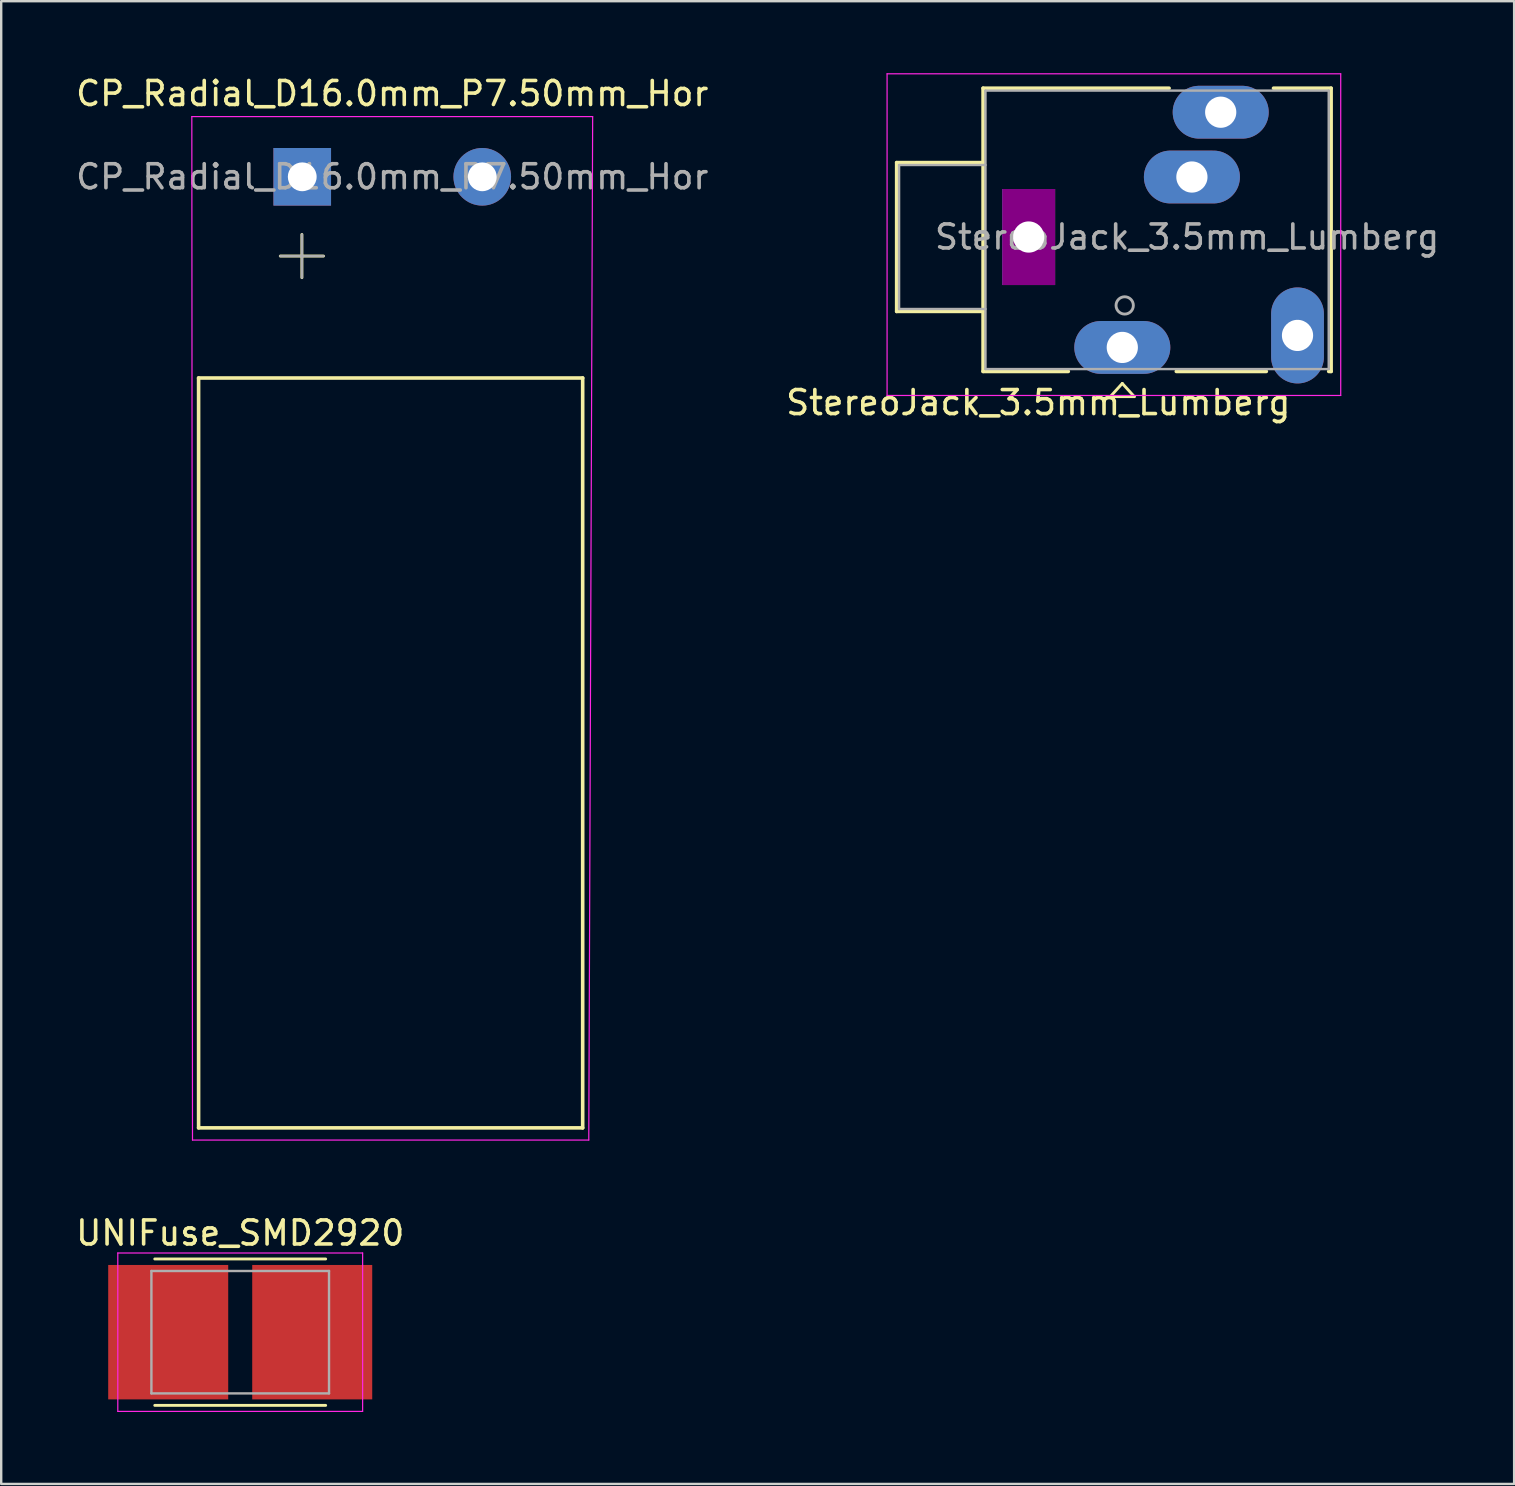
<source format=kicad_pcb>
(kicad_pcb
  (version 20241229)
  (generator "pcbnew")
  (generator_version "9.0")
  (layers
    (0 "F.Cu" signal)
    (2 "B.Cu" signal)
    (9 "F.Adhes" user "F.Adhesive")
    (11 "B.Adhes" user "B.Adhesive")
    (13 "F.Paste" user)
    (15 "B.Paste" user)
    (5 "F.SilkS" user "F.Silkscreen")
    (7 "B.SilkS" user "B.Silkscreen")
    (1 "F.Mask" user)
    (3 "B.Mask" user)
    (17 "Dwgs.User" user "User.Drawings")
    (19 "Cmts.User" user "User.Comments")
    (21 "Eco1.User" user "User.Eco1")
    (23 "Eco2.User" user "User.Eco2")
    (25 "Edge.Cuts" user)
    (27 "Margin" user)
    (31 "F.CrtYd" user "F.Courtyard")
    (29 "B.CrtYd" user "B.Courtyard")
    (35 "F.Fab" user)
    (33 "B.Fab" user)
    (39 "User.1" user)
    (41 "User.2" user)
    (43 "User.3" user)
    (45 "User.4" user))
  (footprint "CP_Radial_D16.0mm_P7.50mm_Hor"
    (layer "F.Cu")
    (at 9.542 4.316)
    (property "Reference" "CP_Radial_D16.0mm_P7.50mm_Hor" (at 3.75 -3.468 0) (layer "F.SilkS") (effects (font (size 1 1) (thickness 0.15))))
    (attr through_hole)
    (fp_line (start -4.318 8.382) (end -4.318 39.624) (stroke (width 0.15) (type solid)) (layer "F.SilkS"))
    (fp_line (start -4.318 8.382) (end 11.684 8.382) (stroke (width 0.15) (type solid)) (layer "F.SilkS"))
    (fp_line (start -0.914 3.302) (end 0.886 3.302) (stroke (width 0.12) (type solid)) (layer "F.SilkS"))
    (fp_line (start -0.014 2.402) (end -0.014 4.202) (stroke (width 0.12) (type solid)) (layer "F.SilkS"))
    (fp_line (start 11.684 8.382) (end 11.684 39.624) (stroke (width 0.15) (type solid)) (layer "F.SilkS"))
    (fp_line (start 11.684 39.624) (end -4.318 39.624) (stroke (width 0.15) (type solid)) (layer "F.SilkS"))
    (fp_line (start -4.6 -2.508) (end -4.572 40.132) (stroke (width 0.05) (type solid)) (layer "F.CrtYd"))
    (fp_line (start -4.572 40.132) (end 11.938 40.132) (stroke (width 0.05) (type solid)) (layer "F.CrtYd"))
    (fp_line (start 11.938 40.132) (end 12.1 -2.508) (stroke (width 0.05) (type solid)) (layer "F.CrtYd"))
    (fp_line (start 12.1 -2.508) (end -4.6 -2.508) (stroke (width 0.05) (type solid)) (layer "F.CrtYd"))
    (fp_line (start -0.914 3.302) (end 0.886 3.302) (stroke (width 0.1) (type solid)) (layer "F.Fab"))
    (fp_line (start -0.014 2.402) (end -0.014 4.202) (stroke (width 0.1) (type solid)) (layer "F.Fab"))
    (fp_text user "${REFERENCE}" (at 3.75 0 0) (layer "F.Fab") (effects (font (size 1 1) (thickness 0.15))))
    (pad "1" thru_hole rect (at 0 0) (size 2.4 2.4) (drill 1.2) (layers "*.Cu" "*.Mask"))
    (pad "2" thru_hole circle (at 7.5 0) (size 2.4 2.4) (drill 1.2) (layers "*.Cu" "*.Mask")))
  (footprint "UNIFuse_SMD2920"
    (layer "F.Cu")
    (at 6.958 52.452)
    (property "Reference" "UNIFuse_SMD2920" (at 0 -4.13 0) (layer "F.SilkS") (effects (font (size 1 1) (thickness 0.15))))
    (attr smd)
    (fp_line (start -3.56 -3.05) (end 3.56 -3.05) (stroke (width 0.12) (type solid)) (layer "F.SilkS"))
    (fp_line (start -3.56 3.05) (end 3.56 3.05) (stroke (width 0.12) (type solid)) (layer "F.SilkS"))
    (fp_line (start -5.1 -3.3) (end -5.1 3.3) (stroke (width 0.05) (type solid)) (layer "F.CrtYd"))
    (fp_line (start -5.1 -3.3) (end 5.1 -3.3) (stroke (width 0.05) (type solid)) (layer "F.CrtYd"))
    (fp_line (start -5.1 3.3) (end 5.1 3.3) (stroke (width 0.05) (type solid)) (layer "F.CrtYd"))
    (fp_line (start 5.1 -3.3) (end 5.1 3.3) (stroke (width 0.05) (type solid)) (layer "F.CrtYd"))
    (fp_line (start -3.7 -2.55) (end 3.7 -2.55) (stroke (width 0.1) (type solid)) (layer "F.Fab"))
    (fp_line (start -3.7 2.55) (end -3.7 -2.55) (stroke (width 0.1) (type solid)) (layer "F.Fab"))
    (fp_line (start 3.7 -2.55) (end 3.7 2.55) (stroke (width 0.1) (type solid)) (layer "F.Fab"))
    (fp_line (start 3.7 2.55) (end -3.7 2.55) (stroke (width 0.1) (type solid)) (layer "F.Fab"))
    (pad "1" smd rect (at -3 0 90) (size 5.6 5) (layers "F.Cu" "F.Mask" "F.Paste"))
    (pad "2" smd rect (at 3 0 90) (size 5.6 5) (layers "F.Cu" "F.Mask" "F.Paste")))
  (footprint "StereoJack_3.5mm_Lumberg"
    (layer "F.Cu")
    (at 43.708 11.425)
    (property "Reference" "StereoJack_3.5mm_Lumberg" (at -3.5 2.3 0) (layer "F.SilkS") (effects (font (size 1 1) (thickness 0.15))))
    (attr through_hole)
    (fp_line (start -9.4 -7.7) (end -9.4 -1.5) (stroke (width 0.15) (type solid)) (layer "F.SilkS"))
    (fp_line (start -9.4 -1.5) (end -5.8 -1.5) (stroke (width 0.15) (type solid)) (layer "F.SilkS"))
    (fp_line (start -5.8 -10.8) (end 1.95 -10.8) (stroke (width 0.15) (type solid)) (layer "F.SilkS"))
    (fp_line (start -5.8 -7.7) (end -9.4 -7.7) (stroke (width 0.15) (type solid)) (layer "F.SilkS"))
    (fp_line (start -5.8 1) (end -5.8 -10.8) (stroke (width 0.15) (type solid)) (layer "F.SilkS"))
    (fp_line (start -2.25 1) (end -5.8 1) (stroke (width 0.15) (type solid)) (layer "F.SilkS"))
    (fp_line (start -0.5 2.05) (end 0.5 2.05) (stroke (width 0.12) (type solid)) (layer "F.SilkS"))
    (fp_line (start 0 1.5) (end -0.5 2.05) (stroke (width 0.12) (type solid)) (layer "F.SilkS"))
    (fp_line (start 0.5 2.05) (end 0 1.5) (stroke (width 0.12) (type solid)) (layer "F.SilkS"))
    (fp_line (start 6 1) (end 2.25 1) (stroke (width 0.15) (type solid)) (layer "F.SilkS"))
    (fp_line (start 6.3 -10.8) (end 8.7 -10.8) (stroke (width 0.15) (type solid)) (layer "F.SilkS"))
    (fp_line (start 8.7 -10.8) (end 8.7 1) (stroke (width 0.15) (type solid)) (layer "F.SilkS"))
    (fp_line (start 8.7 1) (end 8.6 1) (stroke (width 0.15) (type solid)) (layer "F.SilkS"))
    (fp_line (start -9.8 -11.4) (end -9.8 2) (stroke (width 0.05) (type solid)) (layer "F.CrtYd"))
    (fp_line (start -9.8 2) (end 9.1 2) (stroke (width 0.05) (type solid)) (layer "F.CrtYd"))
    (fp_line (start 9.1 -11.4) (end -9.8 -11.4) (stroke (width 0.05) (type solid)) (layer "F.CrtYd"))
    (fp_line (start 9.1 2) (end 9.1 -11.4) (stroke (width 0.05) (type solid)) (layer "F.CrtYd"))
    (fp_line (start -9.3 -7.6) (end -9.3 -1.6) (stroke (width 0.1) (type solid)) (layer "F.Fab"))
    (fp_line (start -9.3 -7.6) (end -5.7 -7.6) (stroke (width 0.1) (type solid)) (layer "F.Fab"))
    (fp_line (start -9.3 -1.6) (end -5.7 -1.6) (stroke (width 0.1) (type solid)) (layer "F.Fab"))
    (fp_line (start -5.7 -10.7) (end -5.7 0.9) (stroke (width 0.1) (type solid)) (layer "F.Fab"))
    (fp_line (start -5.7 0.9) (end 8.6 0.9) (stroke (width 0.1) (type solid)) (layer "F.Fab"))
    (fp_line (start 8.6 -10.7) (end -5.7 -10.7) (stroke (width 0.1) (type solid)) (layer "F.Fab"))
    (fp_line (start 8.6 0.9) (end 8.6 -10.7) (stroke (width 0.1) (type solid)) (layer "F.Fab"))
    (fp_circle (center 0.1 -1.75) (end 0.4 -1.55) (stroke (width 0.12) (type solid)) (fill no) (layer "F.Fab"))
    (fp_text user "${REFERENCE}" (at 2.7 -4.6 0) (layer "F.Fab") (effects (font (size 1 1) (thickness 0.15))))
    (pad "1" thru_hole rect (at -3.9 -4.6) (size 2.2 4) (drill 1.3) (layers "*.Cu" "*.Mask" "F.Adhes"))
    (pad "2" thru_hole oval (at 0 0) (size 4 2.2) (drill 1.3) (layers "*.Cu" "*.Mask"))
    (pad "3" thru_hole oval (at 4.1 -9.8) (size 4 2.2) (drill 1.3) (layers "*.Cu" "*.Mask"))
    (pad "4" thru_hole oval (at 7.3 -0.5 90) (size 4 2.2) (drill 1.3) (layers "*.Cu" "*.Mask"))
    (pad "5" thru_hole oval (at 2.9 -7.1) (size 4 2.2) (drill 1.3) (layers "*.Cu" "*.Mask")))
  (gr_rect
    (start -3 -3)
    (end 60.033 58.776)
    (stroke (width 0.1) (type default))
    (fill no)
    (layer "Edge.Cuts")))
</source>
